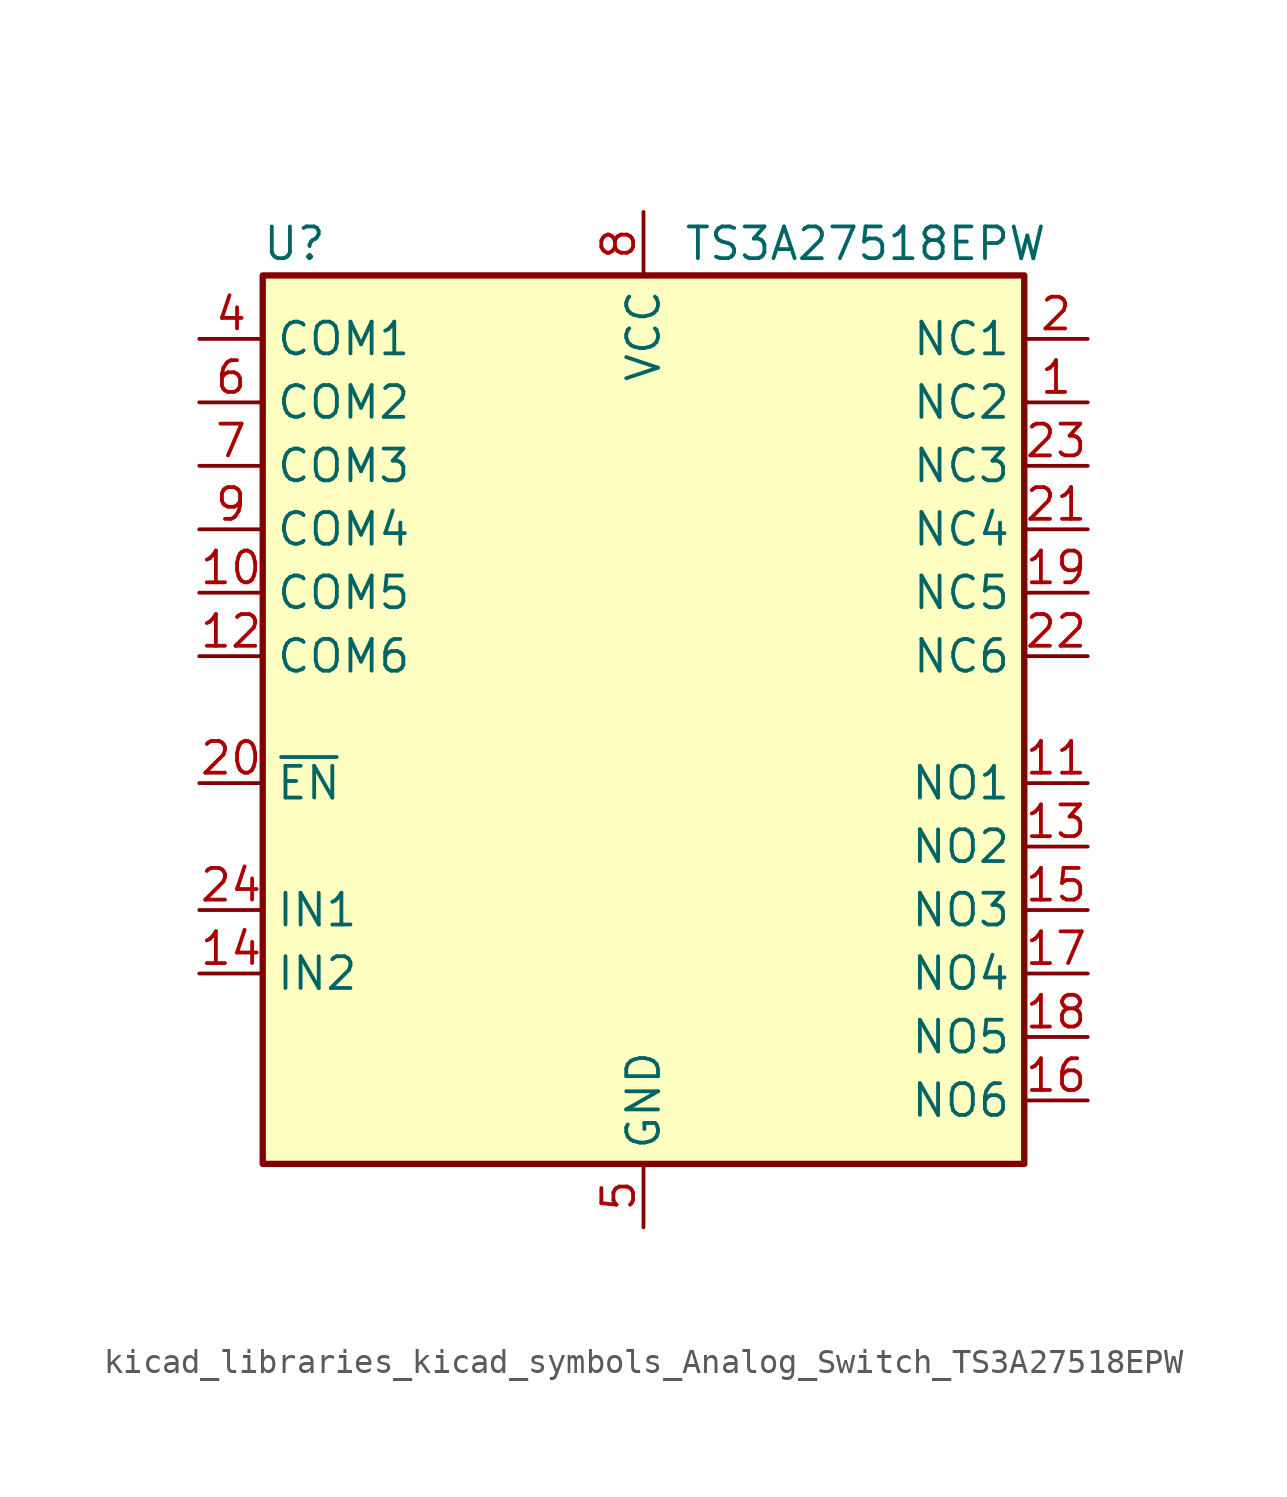
<source format=kicad_sym>
(kicad_symbol_lib
  (version 20220914)
  (generator kicad_symbol_editor)
  (symbol "kicad_libraries_kicad_symbols_Analog_Switch_TS3A27518EPW"
    (property "Reference" "U"
      (at -13.97 19.05 0)
      (effects (font (size 1.27 1.27))))
    (property "Value" "TS3A27518EPW"
      (at 8.89 19.05 0)
      (effects (font (size 1.27 1.27))))
    (symbol "kicad_libraries_kicad_symbols_Analog_Switch_TS3A27518EPW_0_1"
      (rectangle (start 15.24 -17.78) (end -15.24 17.78) (stroke (width 0.254) (type default)) (fill (type background))))
    (symbol "kicad_libraries_kicad_symbols_Analog_Switch_TS3A27518EPW_1_1"
      (pin bidirectional line (at 17.78 12.7 180) (length 2.54) (name "NC2" (effects (font (size 1.27 1.27)))) (number "1" (effects (font (size 1.27 1.27)))))
      (pin bidirectional line (at -17.78 5.08 0) (length 2.54) (name "COM5" (effects (font (size 1.27 1.27)))) (number "10" (effects (font (size 1.27 1.27)))))
      (pin bidirectional line (at 17.78 -2.54 180) (length 2.54) (name "NO1" (effects (font (size 1.27 1.27)))) (number "11" (effects (font (size 1.27 1.27)))))
      (pin bidirectional line (at -17.78 2.54 0) (length 2.54) (name "COM6" (effects (font (size 1.27 1.27)))) (number "12" (effects (font (size 1.27 1.27)))))
      (pin bidirectional line (at 17.78 -5.08 180) (length 2.54) (name "NO2" (effects (font (size 1.27 1.27)))) (number "13" (effects (font (size 1.27 1.27)))))
      (pin input line (at -17.78 -10.16 0) (length 2.54) (name "IN2" (effects (font (size 1.27 1.27)))) (number "14" (effects (font (size 1.27 1.27)))))
      (pin bidirectional line (at 17.78 -7.62 180) (length 2.54) (name "NO3" (effects (font (size 1.27 1.27)))) (number "15" (effects (font (size 1.27 1.27)))))
      (pin bidirectional line (at 17.78 -15.24 180) (length 2.54) (name "NO6" (effects (font (size 1.27 1.27)))) (number "16" (effects (font (size 1.27 1.27)))))
      (pin bidirectional line (at 17.78 -10.16 180) (length 2.54) (name "NO4" (effects (font (size 1.27 1.27)))) (number "17" (effects (font (size 1.27 1.27)))))
      (pin bidirectional line (at 17.78 -12.7 180) (length 2.54) (name "NO5" (effects (font (size 1.27 1.27)))) (number "18" (effects (font (size 1.27 1.27)))))
      (pin bidirectional line (at 17.78 5.08 180) (length 2.54) (name "NC5" (effects (font (size 1.27 1.27)))) (number "19" (effects (font (size 1.27 1.27)))))
      (pin bidirectional line (at 17.78 15.24 180) (length 2.54) (name "NC1" (effects (font (size 1.27 1.27)))) (number "2" (effects (font (size 1.27 1.27)))))
      (pin input line (at -17.78 -2.54 0) (length 2.54) (name "~{EN}" (effects (font (size 1.27 1.27)))) (number "20" (effects (font (size 1.27 1.27)))))
      (pin bidirectional line (at 17.78 7.62 180) (length 2.54) (name "NC4" (effects (font (size 1.27 1.27)))) (number "21" (effects (font (size 1.27 1.27)))))
      (pin bidirectional line (at 17.78 2.54 180) (length 2.54) (name "NC6" (effects (font (size 1.27 1.27)))) (number "22" (effects (font (size 1.27 1.27)))))
      (pin bidirectional line (at 17.78 10.16 180) (length 2.54) (name "NC3" (effects (font (size 1.27 1.27)))) (number "23" (effects (font (size 1.27 1.27)))))
      (pin input line (at -17.78 -7.62 0) (length 2.54) (name "IN1" (effects (font (size 1.27 1.27)))) (number "24" (effects (font (size 1.27 1.27)))))
      (pin no_connect line (at -15.24 -15.24 0) (length 2.54) hide (name "N.C." (effects (font (size 1.27 1.27)))) (number "3" (effects (font (size 1.27 1.27)))))
      (pin bidirectional line (at -17.78 15.24 0) (length 2.54) (name "COM1" (effects (font (size 1.27 1.27)))) (number "4" (effects (font (size 1.27 1.27)))))
      (pin power_in line (at 0 -20.32 90) (length 2.54) (name "GND" (effects (font (size 1.27 1.27)))) (number "5" (effects (font (size 1.27 1.27)))))
      (pin bidirectional line (at -17.78 12.7 0) (length 2.54) (name "COM2" (effects (font (size 1.27 1.27)))) (number "6" (effects (font (size 1.27 1.27)))))
      (pin bidirectional line (at -17.78 10.16 0) (length 2.54) (name "COM3" (effects (font (size 1.27 1.27)))) (number "7" (effects (font (size 1.27 1.27)))))
      (pin power_in line (at 0 20.32 270) (length 2.54) (name "VCC" (effects (font (size 1.27 1.27)))) (number "8" (effects (font (size 1.27 1.27)))))
      (pin bidirectional line (at -17.78 7.62 0) (length 2.54) (name "COM4" (effects (font (size 1.27 1.27)))) (number "9" (effects (font (size 1.27 1.27))))))))
</source>
